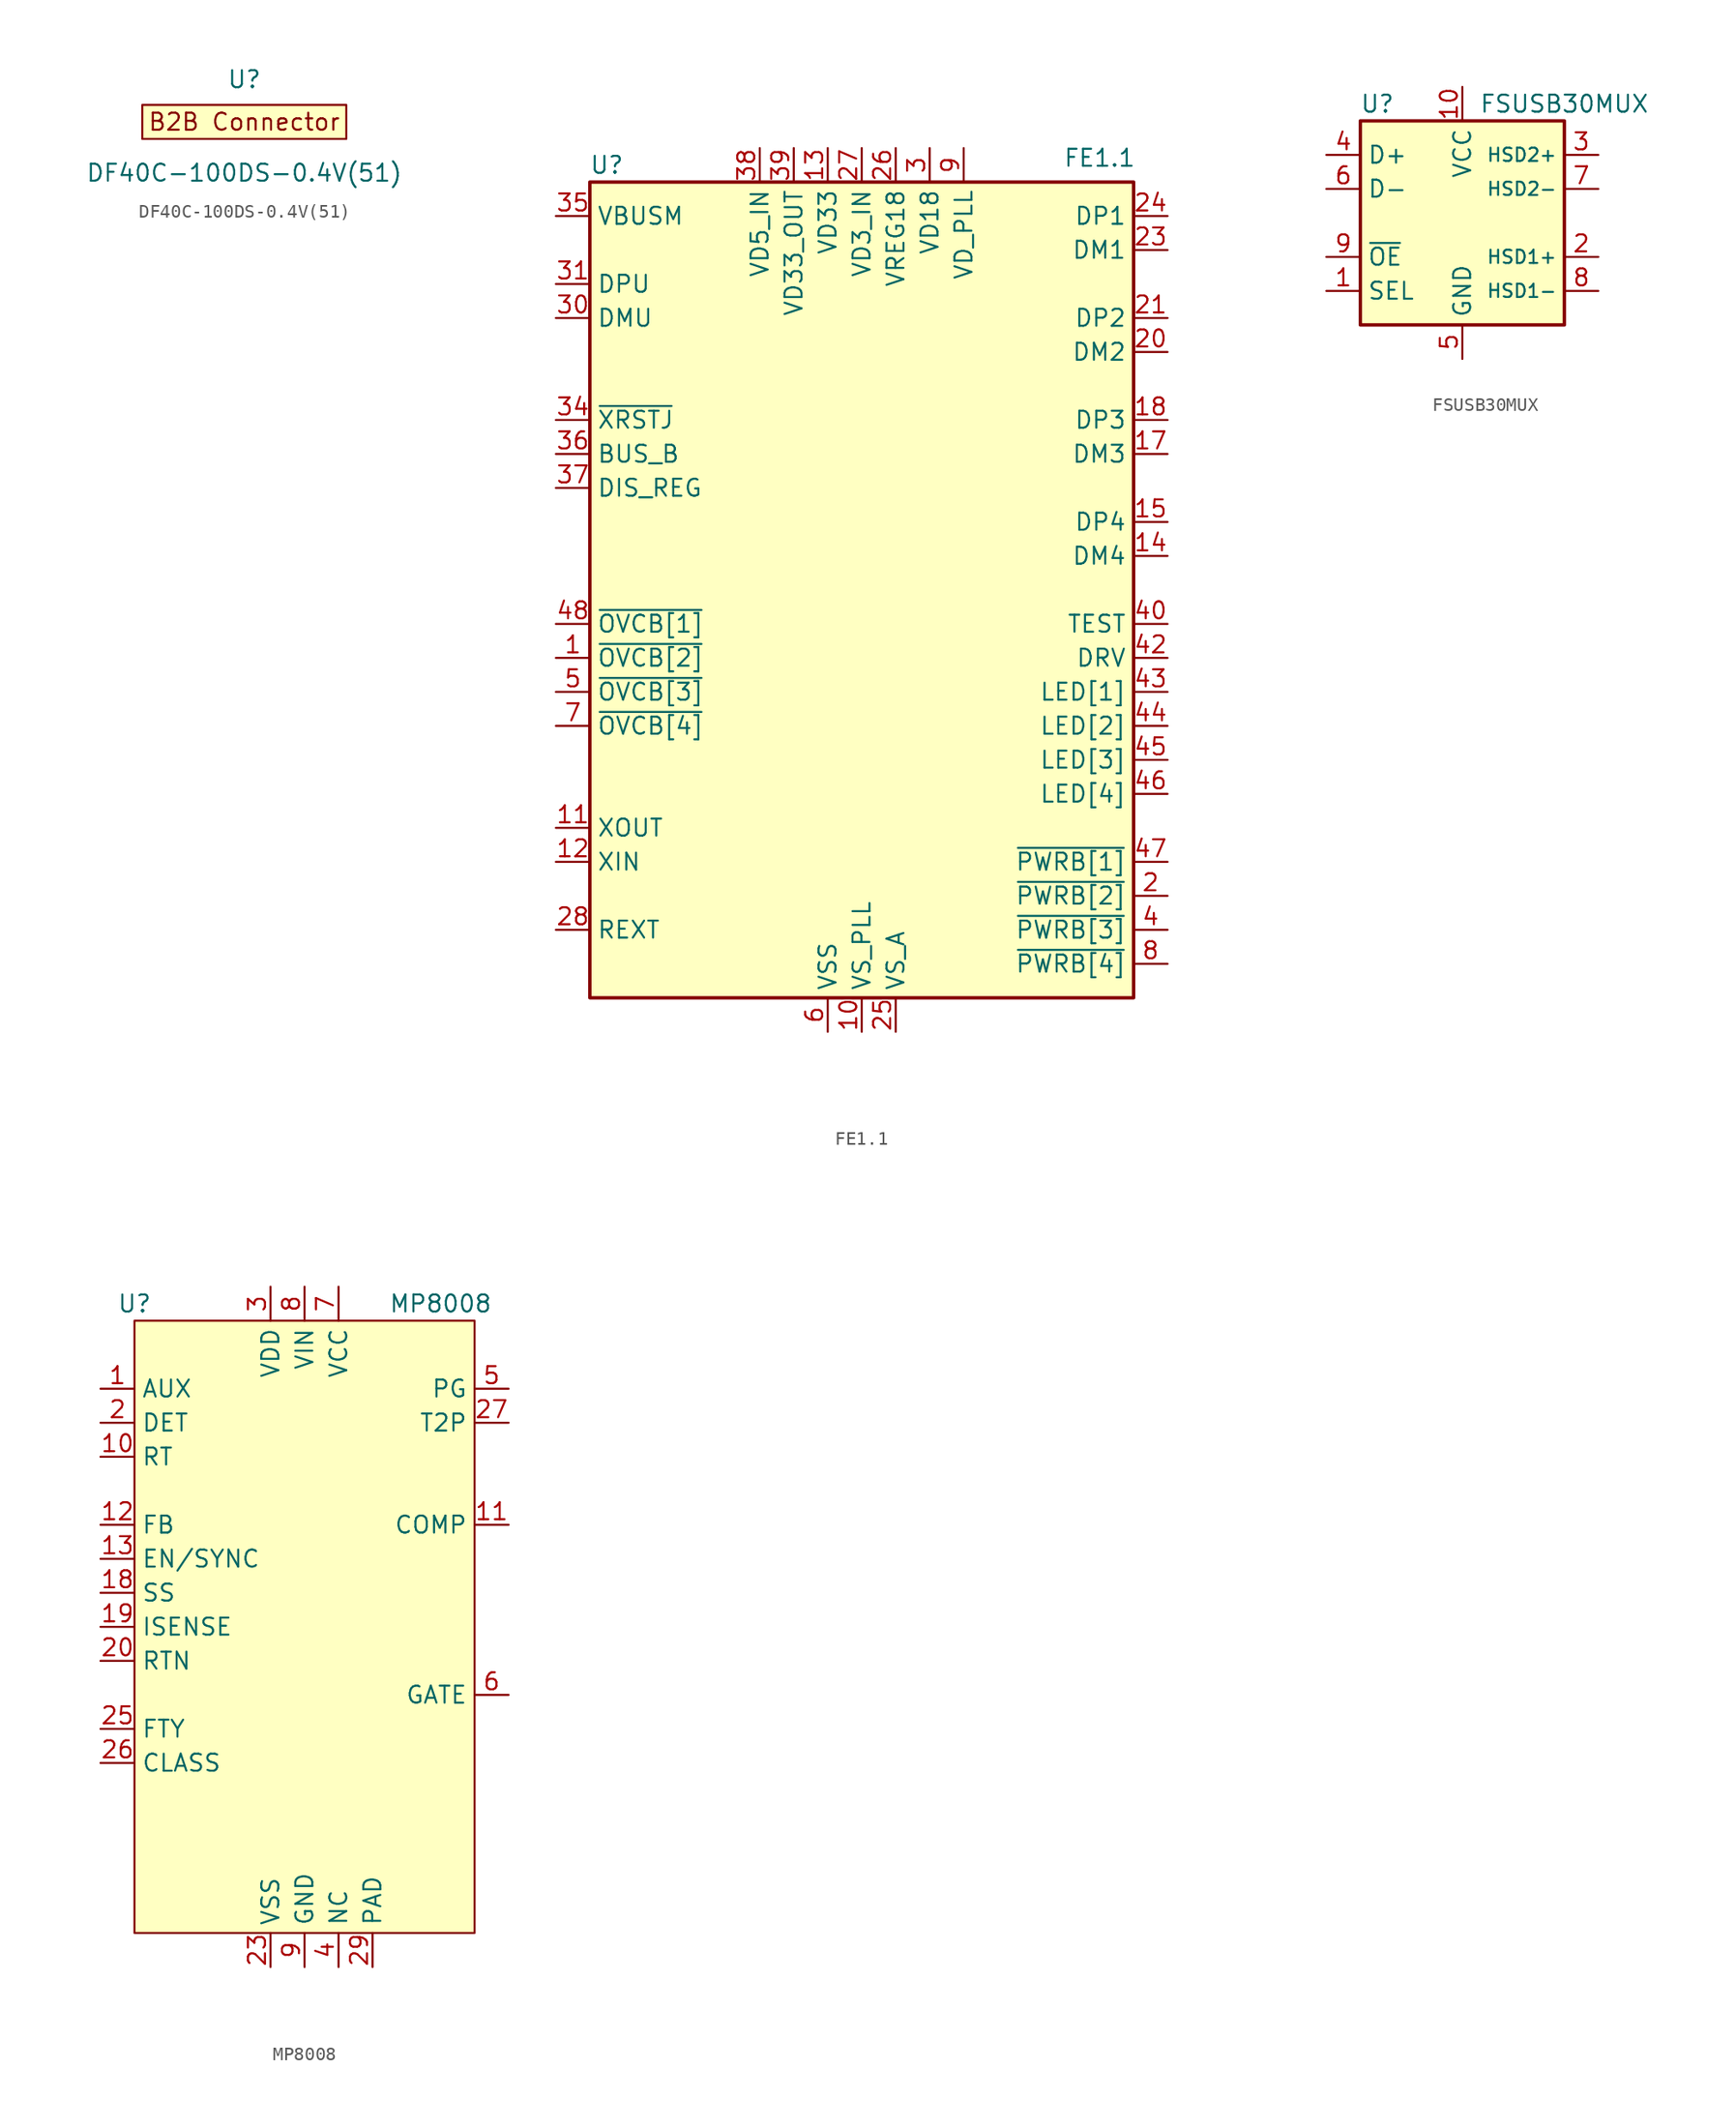
<source format=kicad_sym>
(kicad_symbol_lib
  (version 20211014)
  (generator kicad_symbol_editor)
  (symbol "DF40C-100DS-0.4V(51)"
    (property "Reference" "U"
      (at 0 3.175 0)
      (effects (font (size 1.27 1.27))))
    (property "Value" "DF40C-100DS-0.4V(51)"
      (at 0 -3.81 0)
      (effects (font (size 1.27 1.27))))
    (symbol "DF40C-100DS-0.4V(51)_0_0"
      (text "B2B Connector" (at 0 0 0) (effects (font (size 1.27 1.27)))))
    (symbol "DF40C-100DS-0.4V(51)_0_1"
      (rectangle (start -7.62 1.27) (end 7.62 -1.27) (stroke (width 0) (type default) (color 0 0 0 0)) (fill (type background)))))
  (symbol "FE1.1"
    (property "Reference" "U"
      (at -19.05 31.75 0)
      (effects (font (size 1.27 1.27))))
    (property "Value" "FE1.1"
      (at 17.78 33.02 0)
      (effects (font (size 1.27 1.27)) (justify top)))
    (symbol "FE1.1_0_1"
      (rectangle (start -20.32 30.48) (end 20.32 -30.48) (stroke (width 0.254) (type default) (color 0 0 0 0)) (fill (type background))))
    (symbol "FE1.1_1_1"
      (pin input line (at -22.86 -5.08 0) (length 2.54) (name "~{OVCB[2]}" (effects (font (size 1.27 1.27)))) (number "1" (effects (font (size 1.27 1.27)))))
      (pin power_in line (at 0 -33.02 90) (length 2.54) (name "VS_PLL" (effects (font (size 1.27 1.27)))) (number "10" (effects (font (size 1.27 1.27)))))
      (pin output line (at -22.86 -17.78 0) (length 2.54) (name "XOUT" (effects (font (size 1.27 1.27)))) (number "11" (effects (font (size 1.27 1.27)))))
      (pin input line (at -22.86 -20.32 0) (length 2.54) (name "XIN" (effects (font (size 1.27 1.27)))) (number "12" (effects (font (size 1.27 1.27)))))
      (pin power_in line (at -2.54 33.02 270) (length 2.54) (name "VD33" (effects (font (size 1.27 1.27)))) (number "13" (effects (font (size 1.27 1.27)))))
      (pin bidirectional line (at 22.86 2.54 180) (length 2.54) (name "DM4" (effects (font (size 1.27 1.27)))) (number "14" (effects (font (size 1.27 1.27)))))
      (pin bidirectional line (at 22.86 5.08 180) (length 2.54) (name "DP4" (effects (font (size 1.27 1.27)))) (number "15" (effects (font (size 1.27 1.27)))))
      (pin power_in line (at -2.54 -33.02 90) (length 2.54) hide (name "VSS" (effects (font (size 1.27 1.27)))) (number "16" (effects (font (size 1.27 1.27)))))
      (pin bidirectional line (at 22.86 10.16 180) (length 2.54) (name "DM3" (effects (font (size 1.27 1.27)))) (number "17" (effects (font (size 1.27 1.27)))))
      (pin bidirectional line (at 22.86 12.7 180) (length 2.54) (name "DP3" (effects (font (size 1.27 1.27)))) (number "18" (effects (font (size 1.27 1.27)))))
      (pin power_in line (at -2.54 33.02 270) (length 2.54) hide (name "VD33" (effects (font (size 1.27 1.27)))) (number "19" (effects (font (size 1.27 1.27)))))
      (pin output line (at 22.86 -22.86 180) (length 2.54) (name "~{PWRB[2]}" (effects (font (size 1.27 1.27)))) (number "2" (effects (font (size 1.27 1.27)))))
      (pin bidirectional line (at 22.86 17.78 180) (length 2.54) (name "DM2" (effects (font (size 1.27 1.27)))) (number "20" (effects (font (size 1.27 1.27)))))
      (pin bidirectional line (at 22.86 20.32 180) (length 2.54) (name "DP2" (effects (font (size 1.27 1.27)))) (number "21" (effects (font (size 1.27 1.27)))))
      (pin power_in line (at -2.54 -33.02 90) (length 2.54) hide (name "VSS" (effects (font (size 1.27 1.27)))) (number "22" (effects (font (size 1.27 1.27)))))
      (pin bidirectional line (at 22.86 25.4 180) (length 2.54) (name "DM1" (effects (font (size 1.27 1.27)))) (number "23" (effects (font (size 1.27 1.27)))))
      (pin bidirectional line (at 22.86 27.94 180) (length 2.54) (name "DP1" (effects (font (size 1.27 1.27)))) (number "24" (effects (font (size 1.27 1.27)))))
      (pin power_in line (at 2.54 -33.02 90) (length 2.54) (name "VS_A" (effects (font (size 1.27 1.27)))) (number "25" (effects (font (size 1.27 1.27)))))
      (pin power_out line (at 2.54 33.02 270) (length 2.54) (name "VREG18" (effects (font (size 1.27 1.27)))) (number "26" (effects (font (size 1.27 1.27)))))
      (pin power_in line (at 0 33.02 270) (length 2.54) (name "VD3_IN" (effects (font (size 1.27 1.27)))) (number "27" (effects (font (size 1.27 1.27)))))
      (pin passive line (at -22.86 -25.4 0) (length 2.54) (name "REXT" (effects (font (size 1.27 1.27)))) (number "28" (effects (font (size 1.27 1.27)))))
      (pin power_in line (at 5.08 33.02 270) (length 2.54) hide (name "VD18" (effects (font (size 1.27 1.27)))) (number "29" (effects (font (size 1.27 1.27)))))
      (pin power_in line (at 5.08 33.02 270) (length 2.54) (name "VD18" (effects (font (size 1.27 1.27)))) (number "3" (effects (font (size 1.27 1.27)))))
      (pin bidirectional line (at -22.86 20.32 0) (length 2.54) (name "DMU" (effects (font (size 1.27 1.27)))) (number "30" (effects (font (size 1.27 1.27)))))
      (pin bidirectional line (at -22.86 22.86 0) (length 2.54) (name "DPU" (effects (font (size 1.27 1.27)))) (number "31" (effects (font (size 1.27 1.27)))))
      (pin power_in line (at -2.54 33.02 270) (length 2.54) hide (name "VD33" (effects (font (size 1.27 1.27)))) (number "32" (effects (font (size 1.27 1.27)))))
      (pin power_in line (at -2.54 -33.02 90) (length 2.54) hide (name "VSS" (effects (font (size 1.27 1.27)))) (number "33" (effects (font (size 1.27 1.27)))))
      (pin input line (at -22.86 12.7 0) (length 2.54) (name "~{XRSTJ}" (effects (font (size 1.27 1.27)))) (number "34" (effects (font (size 1.27 1.27)))))
      (pin input line (at -22.86 27.94 0) (length 2.54) (name "VBUSM" (effects (font (size 1.27 1.27)))) (number "35" (effects (font (size 1.27 1.27)))))
      (pin input line (at -22.86 10.16 0) (length 2.54) (name "BUS_B" (effects (font (size 1.27 1.27)))) (number "36" (effects (font (size 1.27 1.27)))))
      (pin input line (at -22.86 7.62 0) (length 2.54) (name "DIS_REG" (effects (font (size 1.27 1.27)))) (number "37" (effects (font (size 1.27 1.27)))))
      (pin power_in line (at -7.62 33.02 270) (length 2.54) (name "VD5_IN" (effects (font (size 1.27 1.27)))) (number "38" (effects (font (size 1.27 1.27)))))
      (pin power_out line (at -5.08 33.02 270) (length 2.54) (name "VD33_OUT" (effects (font (size 1.27 1.27)))) (number "39" (effects (font (size 1.27 1.27)))))
      (pin output line (at 22.86 -25.4 180) (length 2.54) (name "~{PWRB[3]}" (effects (font (size 1.27 1.27)))) (number "4" (effects (font (size 1.27 1.27)))))
      (pin bidirectional line (at 22.86 -2.54 180) (length 2.54) (name "TEST" (effects (font (size 1.27 1.27)))) (number "40" (effects (font (size 1.27 1.27)))))
      (pin power_in line (at -2.54 33.02 270) (length 2.54) hide (name "VD33" (effects (font (size 1.27 1.27)))) (number "41" (effects (font (size 1.27 1.27)))))
      (pin bidirectional line (at 22.86 -5.08 180) (length 2.54) (name "DRV" (effects (font (size 1.27 1.27)))) (number "42" (effects (font (size 1.27 1.27)))))
      (pin bidirectional line (at 22.86 -7.62 180) (length 2.54) (name "LED[1]" (effects (font (size 1.27 1.27)))) (number "43" (effects (font (size 1.27 1.27)))))
      (pin bidirectional line (at 22.86 -10.16 180) (length 2.54) (name "LED[2]" (effects (font (size 1.27 1.27)))) (number "44" (effects (font (size 1.27 1.27)))))
      (pin bidirectional line (at 22.86 -12.7 180) (length 2.54) (name "LED[3]" (effects (font (size 1.27 1.27)))) (number "45" (effects (font (size 1.27 1.27)))))
      (pin bidirectional line (at 22.86 -15.24 180) (length 2.54) (name "LED[4]" (effects (font (size 1.27 1.27)))) (number "46" (effects (font (size 1.27 1.27)))))
      (pin output line (at 22.86 -20.32 180) (length 2.54) (name "~{PWRB[1]}" (effects (font (size 1.27 1.27)))) (number "47" (effects (font (size 1.27 1.27)))))
      (pin input line (at -22.86 -2.54 0) (length 2.54) (name "~{OVCB[1]}" (effects (font (size 1.27 1.27)))) (number "48" (effects (font (size 1.27 1.27)))))
      (pin input line (at -22.86 -7.62 0) (length 2.54) (name "~{OVCB[3]}" (effects (font (size 1.27 1.27)))) (number "5" (effects (font (size 1.27 1.27)))))
      (pin power_in line (at -2.54 -33.02 90) (length 2.54) (name "VSS" (effects (font (size 1.27 1.27)))) (number "6" (effects (font (size 1.27 1.27)))))
      (pin input line (at -22.86 -10.16 0) (length 2.54) (name "~{OVCB[4]}" (effects (font (size 1.27 1.27)))) (number "7" (effects (font (size 1.27 1.27)))))
      (pin output line (at 22.86 -27.94 180) (length 2.54) (name "~{PWRB[4]}" (effects (font (size 1.27 1.27)))) (number "8" (effects (font (size 1.27 1.27)))))
      (pin power_in line (at 7.62 33.02 270) (length 2.54) (name "VD_PLL" (effects (font (size 1.27 1.27)))) (number "9" (effects (font (size 1.27 1.27)))))))
  (symbol "FSUSB30MUX"
    (property "Reference" "U"
      (at -6.35 8.89 0)
      (effects (font (size 1.27 1.27))))
    (property "Value" "FSUSB30MUX"
      (at 7.62 8.89 0)
      (effects (font (size 1.27 1.27))))
    (symbol "FSUSB30MUX_0_1"
      (rectangle (start 7.62 7.62) (end -7.62 -7.62) (stroke (width 0.254) (type default) (color 0 0 0 0)) (fill (type background))))
    (symbol "FSUSB30MUX_1_1"
      (pin input line (at -10.16 -5.08 0) (length 2.54) (name "SEL" (effects (font (size 1.27 1.27)))) (number "1" (effects (font (size 1.27 1.27)))))
      (pin power_in line (at 0 10.16 270) (length 2.54) (name "VCC" (effects (font (size 1.27 1.27)))) (number "10" (effects (font (size 1.27 1.27)))))
      (pin bidirectional line (at 10.16 -2.54 180) (length 2.54) (name "HSD1+" (effects (font (size 0.991 0.991)))) (number "2" (effects (font (size 1.27 1.27)))))
      (pin bidirectional line (at 10.16 5.08 180) (length 2.54) (name "HSD2+" (effects (font (size 0.991 0.991)))) (number "3" (effects (font (size 1.27 1.27)))))
      (pin bidirectional line (at -10.16 5.08 0) (length 2.54) (name "D+" (effects (font (size 1.27 1.27)))) (number "4" (effects (font (size 1.27 1.27)))))
      (pin power_in line (at 0 -10.16 90) (length 2.54) (name "GND" (effects (font (size 1.27 1.27)))) (number "5" (effects (font (size 1.27 1.27)))))
      (pin bidirectional line (at -10.16 2.54 0) (length 2.54) (name "D-" (effects (font (size 1.27 1.27)))) (number "6" (effects (font (size 1.27 1.27)))))
      (pin bidirectional line (at 10.16 2.54 180) (length 2.54) (name "HSD2-" (effects (font (size 0.991 0.991)))) (number "7" (effects (font (size 1.27 1.27)))))
      (pin bidirectional line (at 10.16 -5.08 180) (length 2.54) (name "HSD1-" (effects (font (size 0.991 0.991)))) (number "8" (effects (font (size 1.27 1.27)))))
      (pin input line (at -10.16 -2.54 0) (length 2.54) (name "~{OE}" (effects (font (size 1.27 1.27)))) (number "9" (effects (font (size 1.27 1.27)))))))
  (symbol "MP8008"
    (property "Reference" "U"
      (at -12.7 24.13 0)
      (effects (font (size 1.27 1.27))))
    (property "Value" "MP8008"
      (at 10.16 24.13 0)
      (effects (font (size 1.27 1.27))))
    (symbol "MP8008_0_0"
      (pin power_in line (at 5.08 -25.4 90) (length 2.54) (name "PAD" (effects (font (size 1.27 1.27)))) (number "29" (effects (font (size 1.27 1.27))))))
    (symbol "MP8008_0_1"
      (rectangle (start -12.7 22.86) (end 12.7 -22.86) (stroke (width 0.152) (type default) (color 0 0 0 0)) (fill (type background))))
    (symbol "MP8008_1_1"
      (pin input line (at -15.24 17.78 0) (length 2.54) (name "AUX" (effects (font (size 1.27 1.27)))) (number "1" (effects (font (size 1.27 1.27)))))
      (pin input line (at -15.24 12.7 0) (length 2.54) (name "RT" (effects (font (size 1.27 1.27)))) (number "10" (effects (font (size 1.27 1.27)))))
      (pin bidirectional line (at 15.24 7.62 180) (length 2.54) (name "COMP" (effects (font (size 1.27 1.27)))) (number "11" (effects (font (size 1.27 1.27)))))
      (pin input line (at -15.24 7.62 0) (length 2.54) (name "FB" (effects (font (size 1.27 1.27)))) (number "12" (effects (font (size 1.27 1.27)))))
      (pin input line (at -15.24 5.08 0) (length 2.54) (name "EN/SYNC" (effects (font (size 1.27 1.27)))) (number "13" (effects (font (size 1.27 1.27)))))
      (pin power_in line (at 2.54 -25.4 90) (length 2.54) hide (name "NC" (effects (font (size 1.27 1.27)))) (number "14" (effects (font (size 1.27 1.27)))))
      (pin power_in line (at 2.54 -25.4 90) (length 2.54) hide (name "NC" (effects (font (size 1.27 1.27)))) (number "15" (effects (font (size 1.27 1.27)))))
      (pin power_in line (at 2.54 -25.4 90) (length 2.54) hide (name "NC" (effects (font (size 1.27 1.27)))) (number "16" (effects (font (size 1.27 1.27)))))
      (pin power_in line (at 2.54 -25.4 90) (length 2.54) hide (name "NC" (effects (font (size 1.27 1.27)))) (number "17" (effects (font (size 1.27 1.27)))))
      (pin input line (at -15.24 2.54 0) (length 2.54) (name "SS" (effects (font (size 1.27 1.27)))) (number "18" (effects (font (size 1.27 1.27)))))
      (pin input line (at -15.24 0 0) (length 2.54) (name "ISENSE" (effects (font (size 1.27 1.27)))) (number "19" (effects (font (size 1.27 1.27)))))
      (pin input line (at -15.24 15.24 0) (length 2.54) (name "DET" (effects (font (size 1.27 1.27)))) (number "2" (effects (font (size 1.27 1.27)))))
      (pin input line (at -15.24 -2.54 0) (length 2.54) (name "RTN" (effects (font (size 1.27 1.27)))) (number "20" (effects (font (size 1.27 1.27)))))
      (pin input line (at -15.24 -2.54 0) (length 2.54) hide (name "RTN" (effects (font (size 1.27 1.27)))) (number "21" (effects (font (size 1.27 1.27)))))
      (pin power_in line (at 2.54 -25.4 90) (length 2.54) hide (name "NC" (effects (font (size 1.27 1.27)))) (number "22" (effects (font (size 1.27 1.27)))))
      (pin power_in line (at -2.54 -25.4 90) (length 2.54) (name "VSS" (effects (font (size 1.27 1.27)))) (number "23" (effects (font (size 1.27 1.27)))))
      (pin power_in line (at -2.54 -25.4 90) (length 2.54) hide (name "VSS" (effects (font (size 1.27 1.27)))) (number "24" (effects (font (size 1.27 1.27)))))
      (pin input line (at -15.24 -7.62 0) (length 2.54) (name "FTY" (effects (font (size 1.27 1.27)))) (number "25" (effects (font (size 1.27 1.27)))))
      (pin input line (at -15.24 -10.16 0) (length 2.54) (name "CLASS" (effects (font (size 1.27 1.27)))) (number "26" (effects (font (size 1.27 1.27)))))
      (pin output line (at 15.24 15.24 180) (length 2.54) (name "T2P" (effects (font (size 1.27 1.27)))) (number "27" (effects (font (size 1.27 1.27)))))
      (pin power_in line (at 2.54 -25.4 90) (length 2.54) hide (name "NC" (effects (font (size 1.27 1.27)))) (number "28" (effects (font (size 1.27 1.27)))))
      (pin power_in line (at -2.54 25.4 270) (length 2.54) (name "VDD" (effects (font (size 1.27 1.27)))) (number "3" (effects (font (size 1.27 1.27)))))
      (pin power_in line (at 2.54 -25.4 90) (length 2.54) (name "NC" (effects (font (size 1.27 1.27)))) (number "4" (effects (font (size 1.27 1.27)))))
      (pin output line (at 15.24 17.78 180) (length 2.54) (name "PG" (effects (font (size 1.27 1.27)))) (number "5" (effects (font (size 1.27 1.27)))))
      (pin output line (at 15.24 -5.08 180) (length 2.54) (name "GATE" (effects (font (size 1.27 1.27)))) (number "6" (effects (font (size 1.27 1.27)))))
      (pin power_out line (at 2.54 25.4 270) (length 2.54) (name "VCC" (effects (font (size 1.27 1.27)))) (number "7" (effects (font (size 1.27 1.27)))))
      (pin power_in line (at 0 25.4 270) (length 2.54) (name "VIN" (effects (font (size 1.27 1.27)))) (number "8" (effects (font (size 1.27 1.27)))))
      (pin power_in line (at 0 -25.4 90) (length 2.54) (name "GND" (effects (font (size 1.27 1.27)))) (number "9" (effects (font (size 1.27 1.27))))))))
</source>
